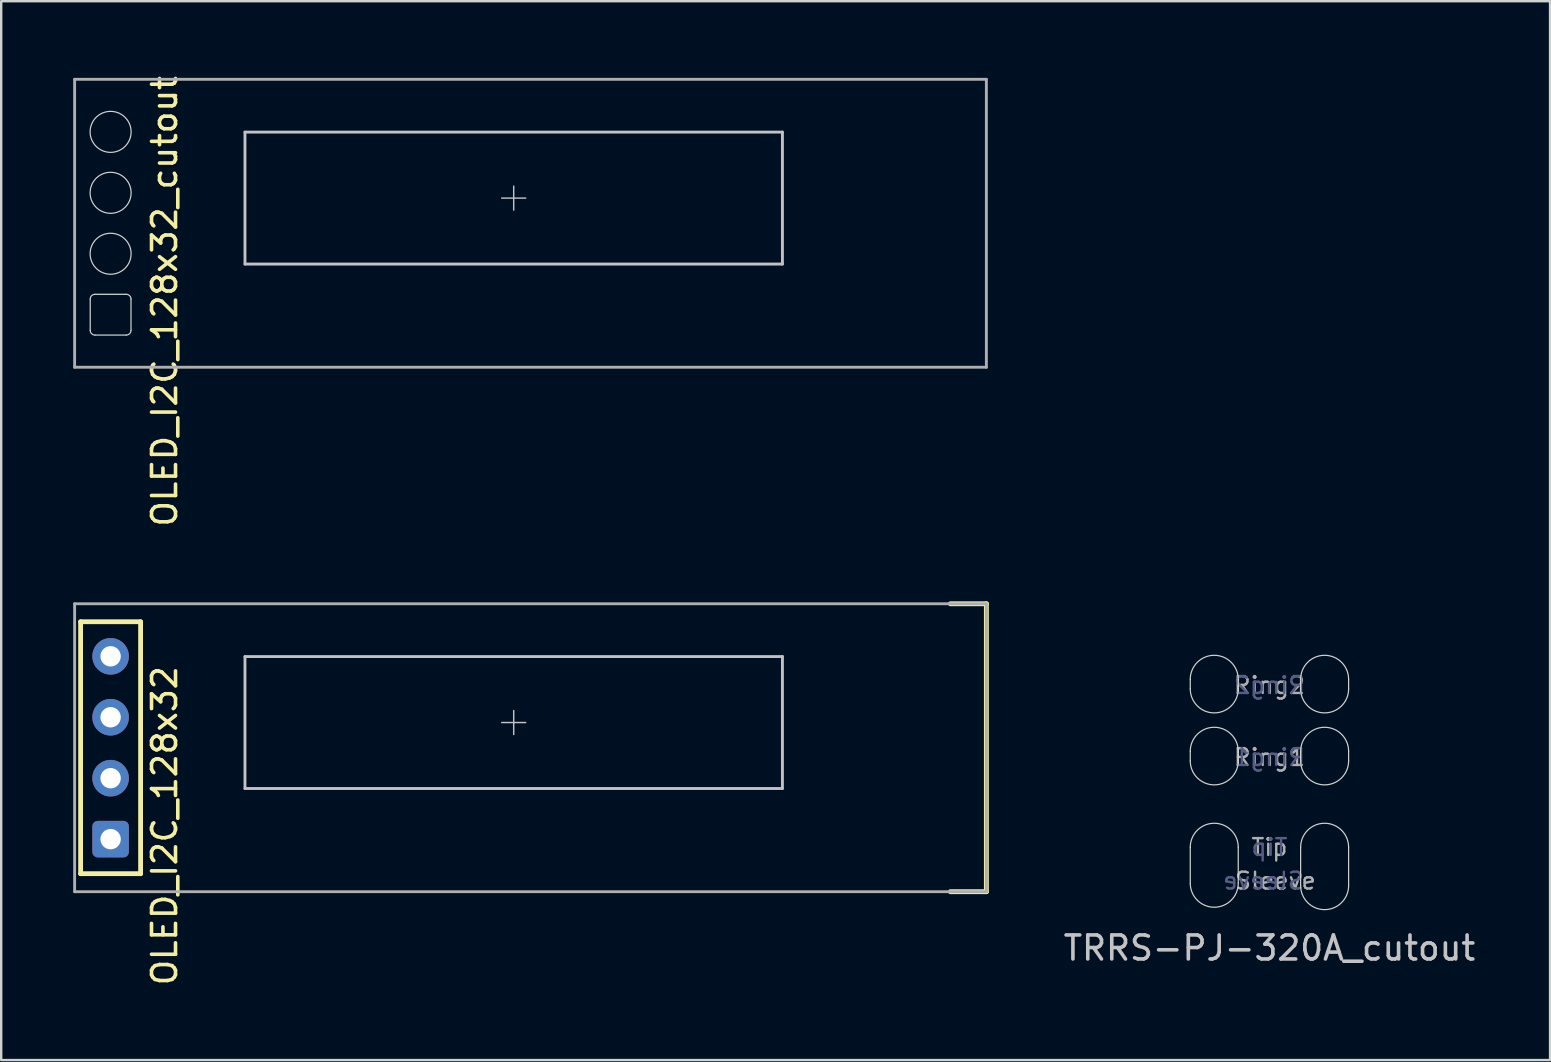
<source format=kicad_pcb>
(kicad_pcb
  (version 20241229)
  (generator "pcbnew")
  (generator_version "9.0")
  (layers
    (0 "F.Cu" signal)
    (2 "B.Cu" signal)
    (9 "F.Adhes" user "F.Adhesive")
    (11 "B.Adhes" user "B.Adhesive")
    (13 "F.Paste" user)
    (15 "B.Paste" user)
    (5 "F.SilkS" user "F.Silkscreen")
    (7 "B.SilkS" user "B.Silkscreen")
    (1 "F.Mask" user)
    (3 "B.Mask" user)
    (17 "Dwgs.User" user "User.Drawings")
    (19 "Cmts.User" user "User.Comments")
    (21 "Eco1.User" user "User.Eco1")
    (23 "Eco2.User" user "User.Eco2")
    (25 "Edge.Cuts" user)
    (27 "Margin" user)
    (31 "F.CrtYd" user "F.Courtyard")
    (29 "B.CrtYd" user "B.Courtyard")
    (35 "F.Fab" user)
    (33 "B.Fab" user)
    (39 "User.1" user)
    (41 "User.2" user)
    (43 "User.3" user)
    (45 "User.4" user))
  (footprint "OLED_I2C_128x32"
    (layer "F.Cu")
    (at 1.56 28.114)
    (property "Reference" "OLED_I2C_128x32" (at 2.25 3.25 90) (layer "F.SilkS") (effects (font (size 1 1) (thickness 0.15))))
    (attr through_hole)
    (fp_line (start -1.25 -5.25) (end -1.25 5.25) (stroke (width 0.2) (type solid)) (layer "F.SilkS"))
    (fp_line (start -1.25 5.25) (end 1.25 5.25) (stroke (width 0.2) (type solid)) (layer "F.SilkS"))
    (fp_line (start 1.25 -5.25) (end -1.25 -5.25) (stroke (width 0.2) (type solid)) (layer "F.SilkS"))
    (fp_line (start 1.25 5.25) (end 1.25 -5.25) (stroke (width 0.2) (type solid)) (layer "F.SilkS"))
    (fp_line (start 35 -6) (end 36.5 -6) (stroke (width 0.203) (type solid)) (layer "F.SilkS"))
    (fp_line (start 36.5 -6) (end 36.5 6) (stroke (width 0.203) (type solid)) (layer "F.SilkS"))
    (fp_line (start 36.5 6) (end 35 6) (stroke (width 0.203) (type solid)) (layer "F.SilkS"))
    (fp_line (start 5.6 -3.8) (end 28 -3.8) (stroke (width 0.12) (type solid)) (layer "Dwgs.User"))
    (fp_line (start 5.6 1.7) (end 5.6 -3.8) (stroke (width 0.12) (type solid)) (layer "Dwgs.User"))
    (fp_line (start 16.3 -1.05) (end 17.3 -1.05) (stroke (width 0.06) (type solid)) (layer "Dwgs.User"))
    (fp_line (start 16.8 -1.55) (end 16.8 -0.55) (stroke (width 0.06) (type solid)) (layer "Dwgs.User"))
    (fp_line (start 28 -3.8) (end 28 1.7) (stroke (width 0.12) (type solid)) (layer "Dwgs.User"))
    (fp_line (start 28 1.7) (end 5.6 1.7) (stroke (width 0.12) (type solid)) (layer "Dwgs.User"))
    (fp_line (start -1.5 -6) (end 36.5 -6) (stroke (width 0.12) (type solid)) (layer "F.Fab"))
    (fp_line (start -1.5 6) (end -1.5 -6) (stroke (width 0.12) (type solid)) (layer "F.Fab"))
    (fp_line (start 36.5 -6) (end 36.5 6) (stroke (width 0.12) (type solid)) (layer "F.Fab"))
    (fp_line (start 36.5 6) (end -1.5 6) (stroke (width 0.12) (type solid)) (layer "F.Fab"))
    (pad "1" thru_hole roundrect (at 0 3.81) (size 1.524 1.524) (drill 0.85) (layers "*.Cu" "*.Mask") (roundrect_rratio 0.15))
    (pad "2" thru_hole circle (at 0 1.27) (size 1.524 1.524) (drill 0.85) (layers "*.Cu" "*.Mask"))
    (pad "3" thru_hole circle (at 0 -1.27) (size 1.524 1.524) (drill 0.85) (layers "*.Cu" "*.Mask"))
    (pad "4" thru_hole circle (at 0 -3.81) (size 1.524 1.524) (drill 0.85) (layers "*.Cu" "*.Mask")))
  (footprint "OLED_I2C_128x32_cutout"
    (layer "F.Cu")
    (at 1.56 6.256)
    (property "Reference" "OLED_I2C_128x32_cutout" (at 2.25 3.25 90) (layer "F.SilkS") (effects (font (size 1 1) (thickness 0.15))))
    (attr through_hole)
    (fp_line (start 5.6 -3.8) (end 28 -3.8) (stroke (width 0.12) (type solid)) (layer "Dwgs.User"))
    (fp_line (start 5.6 1.7) (end 5.6 -3.8) (stroke (width 0.12) (type solid)) (layer "Dwgs.User"))
    (fp_line (start 16.3 -1.05) (end 17.3 -1.05) (stroke (width 0.06) (type solid)) (layer "Dwgs.User"))
    (fp_line (start 16.8 -1.55) (end 16.8 -0.55) (stroke (width 0.06) (type solid)) (layer "Dwgs.User"))
    (fp_line (start 28 -3.8) (end 28 1.7) (stroke (width 0.12) (type solid)) (layer "Dwgs.User"))
    (fp_line (start 28 1.7) (end 5.6 1.7) (stroke (width 0.12) (type solid)) (layer "Dwgs.User"))
    (fp_line (start -0.85 3.16) (end -0.85 4.46) (stroke (width 0.05) (type default)) (layer "Edge.Cuts"))
    (fp_line (start -0.65 4.66) (end 0.65 4.66) (stroke (width 0.05) (type default)) (layer "Edge.Cuts"))
    (fp_line (start 0.65 2.96) (end -0.65 2.96) (stroke (width 0.05) (type default)) (layer "Edge.Cuts"))
    (fp_line (start 0.85 4.46) (end 0.85 3.16) (stroke (width 0.05) (type default)) (layer "Edge.Cuts"))
    (fp_arc (start -0.85 3.16) (mid -0.791421 3.018579) (end -0.65 2.96) (stroke (width 0.05) (type default)) (layer "Edge.Cuts"))
    (fp_arc (start -0.65 4.66) (mid -0.791421 4.601421) (end -0.85 4.46) (stroke (width 0.05) (type default)) (layer "Edge.Cuts"))
    (fp_arc (start 0.65 2.96) (mid 0.791421 3.018579) (end 0.85 3.16) (stroke (width 0.05) (type default)) (layer "Edge.Cuts"))
    (fp_arc (start 0.85 4.46) (mid 0.791421 4.601421) (end 0.65 4.66) (stroke (width 0.05) (type default)) (layer "Edge.Cuts"))
    (fp_circle (center 0 -3.81) (end 0.8 -4.11) (stroke (width 0.05) (type default)) (fill no) (layer "Edge.Cuts"))
    (fp_circle (center 0 -1.27) (end 0.8 -1.57) (stroke (width 0.05) (type default)) (fill no) (layer "Edge.Cuts"))
    (fp_circle (center 0 1.27) (end 0.854 1.27) (stroke (width 0.05) (type default)) (fill no) (layer "Edge.Cuts"))
    (fp_line (start -1.5 -6) (end 36.5 -6) (stroke (width 0.12) (type solid)) (layer "F.Fab"))
    (fp_line (start -1.5 6) (end -1.5 -6) (stroke (width 0.12) (type solid)) (layer "F.Fab"))
    (fp_line (start 36.5 -6) (end 36.5 6) (stroke (width 0.12) (type solid)) (layer "F.Fab"))
    (fp_line (start 36.5 6) (end -1.5 6) (stroke (width 0.12) (type solid)) (layer "F.Fab")))
  (footprint "TRRS-PJ-320A_cutout"
    (layer "F.Cu")
    (at 49.858 22.262)
    (property "Reference" "TRRS-PJ-320A_cutout" (at 0 14.2 0) (layer "Dwgs.User") (effects (font (size 1 1) (thickness 0.15))))
    (attr through_hole)
    (fp_line (start -3.3 3.4) (end -3.3 3) (stroke (width 0.05) (type default)) (layer "Edge.Cuts"))
    (fp_line (start -3.3 6.4) (end -3.3 6) (stroke (width 0.05) (type default)) (layer "Edge.Cuts"))
    (fp_line (start -3.3 11.5) (end -3.3 10) (stroke (width 0.05) (type default)) (layer "Edge.Cuts"))
    (fp_line (start -1.3 3) (end -1.3 3.4) (stroke (width 0.05) (type default)) (layer "Edge.Cuts"))
    (fp_line (start -1.3 6) (end -1.3 6.4) (stroke (width 0.05) (type default)) (layer "Edge.Cuts"))
    (fp_line (start -1.3 10) (end -1.3 11.5) (stroke (width 0.05) (type default)) (layer "Edge.Cuts"))
    (fp_line (start 1.3 3) (end 1.3 3.4) (stroke (width 0.05) (type default)) (layer "Edge.Cuts"))
    (fp_line (start 1.3 6) (end 1.3 6.4) (stroke (width 0.05) (type default)) (layer "Edge.Cuts"))
    (fp_line (start 1.3 10) (end 1.3 11.6) (stroke (width 0.05) (type default)) (layer "Edge.Cuts"))
    (fp_line (start 3.3 3.4) (end 3.3 3) (stroke (width 0.05) (type default)) (layer "Edge.Cuts"))
    (fp_line (start 3.3 6.4) (end 3.3 6) (stroke (width 0.05) (type default)) (layer "Edge.Cuts"))
    (fp_line (start 3.3 11.6) (end 3.3 10) (stroke (width 0.05) (type default)) (layer "Edge.Cuts"))
    (fp_arc (start -3.3 3) (mid -2.3 2) (end -1.3 3) (stroke (width 0.05) (type default)) (layer "Edge.Cuts"))
    (fp_arc (start -3.3 6) (mid -2.3 5) (end -1.3 6) (stroke (width 0.05) (type default)) (layer "Edge.Cuts"))
    (fp_arc (start -3.3 10) (mid -2.3 9) (end -1.3 10) (stroke (width 0.05) (type default)) (layer "Edge.Cuts"))
    (fp_arc (start -1.3 3.4) (mid -2.3 4.4) (end -3.3 3.4) (stroke (width 0.05) (type default)) (layer "Edge.Cuts"))
    (fp_arc (start -1.3 6.4) (mid -2.3 7.4) (end -3.3 6.4) (stroke (width 0.05) (type default)) (layer "Edge.Cuts"))
    (fp_arc (start -1.3 11.5) (mid -2.3 12.5) (end -3.3 11.5) (stroke (width 0.05) (type default)) (layer "Edge.Cuts"))
    (fp_arc (start 1.3 3) (mid 2.3 2) (end 3.3 3) (stroke (width 0.05) (type default)) (layer "Edge.Cuts"))
    (fp_arc (start 1.3 6) (mid 2.3 5) (end 3.3 6) (stroke (width 0.05) (type default)) (layer "Edge.Cuts"))
    (fp_arc (start 1.3 10) (mid 2.3 9) (end 3.3 10) (stroke (width 0.05) (type default)) (layer "Edge.Cuts"))
    (fp_arc (start 3.3 3.4) (mid 2.3 4.4) (end 1.3 3.4) (stroke (width 0.05) (type default)) (layer "Edge.Cuts"))
    (fp_arc (start 3.3 6.4) (mid 2.3 7.4) (end 1.3 6.4) (stroke (width 0.05) (type default)) (layer "Edge.Cuts"))
    (fp_arc (start 3.3 11.6) (mid 2.3 12.6) (end 1.3 11.6) (stroke (width 0.05) (type default)) (layer "Edge.Cuts"))
    (fp_text user "Ring2" (at 0 3.25 0) (layer "B.Fab") (effects (font (size 0.7 0.7) (thickness 0.1)) (justify mirror)))
    (fp_text user "Ring1" (at 0 6.25 0) (layer "B.Fab") (effects (font (size 0.7 0.7) (thickness 0.1)) (justify mirror)))
    (fp_text user "Tip" (at 0 10 0) (layer "B.Fab") (effects (font (size 0.7 0.7) (thickness 0.1)) (justify mirror)))
    (fp_text user "Sleeve" (at -0.25 11.4 0) (layer "B.Fab") (effects (font (size 0.7 0.7) (thickness 0.1)) (justify mirror)))
    (fp_text user "Tip" (at 0 10 0) (layer "F.Fab") (effects (font (size 0.7 0.7) (thickness 0.1))))
    (fp_text user "Ring1" (at 0 6.25 0) (layer "F.Fab") (effects (font (size 0.7 0.7) (thickness 0.1))))
    (fp_text user "Ring2" (at 0 3.25 0) (layer "F.Fab") (effects (font (size 0.7 0.7) (thickness 0.1))))
    (fp_text user "Sleeve" (at 0.25 11.4 0) (layer "F.Fab") (effects (font (size 0.7 0.7) (thickness 0.1)))))
  (gr_rect
    (start -3 -3)
    (end 61.554 41.131)
    (stroke (width 0.1) (type default))
    (fill no)
    (layer "Edge.Cuts")))
</source>
